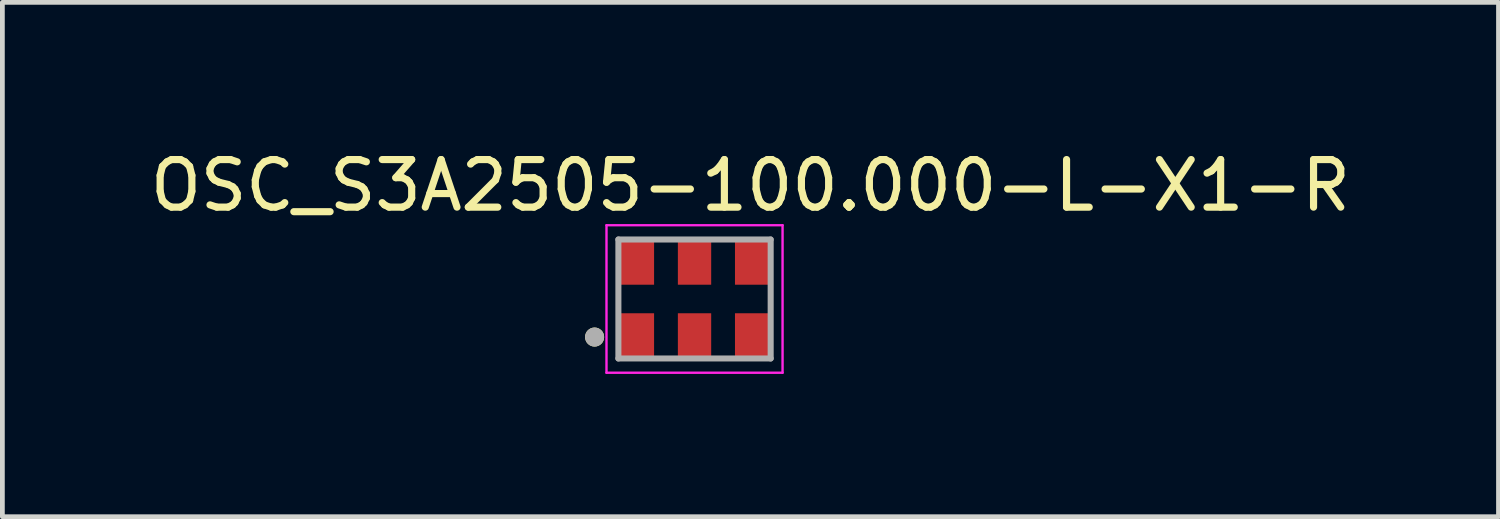
<source format=kicad_pcb>
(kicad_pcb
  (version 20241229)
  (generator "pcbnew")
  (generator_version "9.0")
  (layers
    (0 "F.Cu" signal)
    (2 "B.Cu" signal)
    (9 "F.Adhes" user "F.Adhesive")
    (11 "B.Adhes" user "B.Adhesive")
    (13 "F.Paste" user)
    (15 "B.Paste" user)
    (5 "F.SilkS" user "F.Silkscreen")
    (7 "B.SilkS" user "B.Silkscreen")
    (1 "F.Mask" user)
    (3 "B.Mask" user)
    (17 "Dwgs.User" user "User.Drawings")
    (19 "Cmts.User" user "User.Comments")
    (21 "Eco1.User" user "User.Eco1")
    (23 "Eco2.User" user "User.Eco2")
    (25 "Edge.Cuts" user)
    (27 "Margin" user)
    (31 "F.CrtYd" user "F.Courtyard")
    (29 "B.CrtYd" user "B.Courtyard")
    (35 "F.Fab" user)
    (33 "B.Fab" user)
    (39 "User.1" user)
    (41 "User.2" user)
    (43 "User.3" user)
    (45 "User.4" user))
  (footprint "OSC_S3A2505-100.000-L-X1-R"
    (layer "F.Cu")
    (at 11.545 3.233)
    (property "Reference" "OSC_S3A2505-100.000-L-X1-R" (at 1.175 -2.385 0) (layer "F.SilkS") (effects (font (size 1 1) (thickness 0.15))))
    (attr smd)
    (fp_circle (center -2.1 0.8) (end -2 0.8) (stroke (width 0.2) (type solid)) (fill no) (layer "F.SilkS"))
    (fp_line (start -1.85 -1.55) (end 1.85 -1.55) (stroke (width 0.05) (type solid)) (layer "F.CrtYd"))
    (fp_line (start -1.85 1.55) (end -1.85 -1.55) (stroke (width 0.05) (type solid)) (layer "F.CrtYd"))
    (fp_line (start -1.85 1.55) (end 1.85 1.55) (stroke (width 0.05) (type solid)) (layer "F.CrtYd"))
    (fp_line (start 1.85 -1.55) (end 1.85 1.55) (stroke (width 0.05) (type solid)) (layer "F.CrtYd"))
    (fp_line (start -1.6 -1.25) (end 1.6 -1.25) (stroke (width 0.127) (type solid)) (layer "F.Fab"))
    (fp_line (start -1.6 1.25) (end -1.6 -1.25) (stroke (width 0.127) (type solid)) (layer "F.Fab"))
    (fp_line (start -1.6 1.25) (end 1.6 1.25) (stroke (width 0.127) (type solid)) (layer "F.Fab"))
    (fp_line (start 1.6 -1.25) (end 1.6 1.25) (stroke (width 0.127) (type solid)) (layer "F.Fab"))
    (fp_circle (center -2.1 0.8) (end -2 0.8) (stroke (width 0.2) (type solid)) (fill no) (layer "F.Fab"))
    (pad "1" smd rect (at -1.2 0.8) (size 0.7 1) (layers "F.Cu" "F.Mask" "F.Paste"))
    (pad "2" smd rect (at 0 0.8) (size 0.7 1) (layers "F.Cu" "F.Mask" "F.Paste"))
    (pad "3" smd rect (at 1.2 0.8) (size 0.7 1) (layers "F.Cu" "F.Mask" "F.Paste"))
    (pad "4" smd rect (at 1.2 -0.8) (size 0.7 1) (layers "F.Cu" "F.Mask" "F.Paste"))
    (pad "5" smd rect (at 0 -0.8) (size 0.7 1) (layers "F.Cu" "F.Mask" "F.Paste"))
    (pad "6" smd rect (at -1.2 -0.8) (size 0.7 1) (layers "F.Cu" "F.Mask" "F.Paste")))
  (gr_rect
    (start -3 -3)
    (end 28.44 7.808)
    (stroke (width 0.1) (type default))
    (fill no)
    (layer "Edge.Cuts")))
</source>
